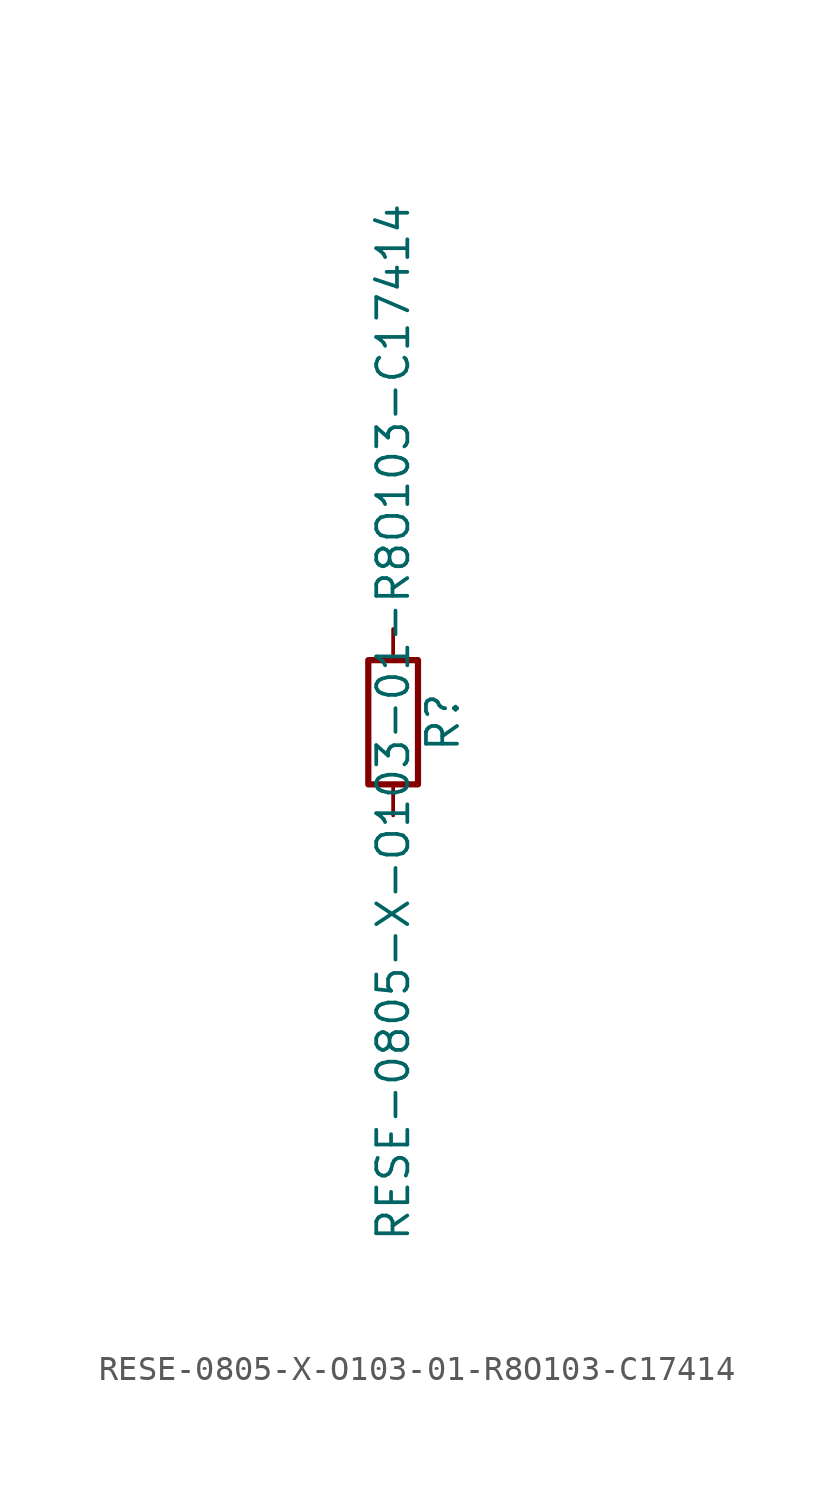
<source format=kicad_sym>
(kicad_symbol_lib
  (version 20211014)
  (generator kicad_symbol_editor)
  (symbol "RESE-0805-X-O103-01-R8O103-C17414"
    (pin_numbers hide)
    (pin_names
      (offset 0))
    (property "Reference" "R"
      (at 2.032 0 90)
      (effects (font (size 1.27 1.27))))
    (property "Value" "RESE-0805-X-O103-01-R8O103-C17414"
      (at 0 0 90)
      (effects (font (size 1.27 1.27))))
    (symbol "RESE-0805-X-O103-01-R8O103-C17414_0_1"
      (rectangle (start -1.016 -2.54) (end 1.016 2.54) (stroke (width 0.254) (type default) (color 0 0 0 0)) (fill (type none))))
    (symbol "RESE-0805-X-O103-01-R8O103-C17414_1_1"
      (pin passive line (at 0 3.81 270) (length 1.27) (name "~" (effects (font (size 1.27 1.27)))) (number "1" (effects (font (size 1.27 1.27)))))
      (pin passive line (at 0 -3.81 90) (length 1.27) (name "~" (effects (font (size 1.27 1.27)))) (number "2" (effects (font (size 1.27 1.27))))))))
</source>
